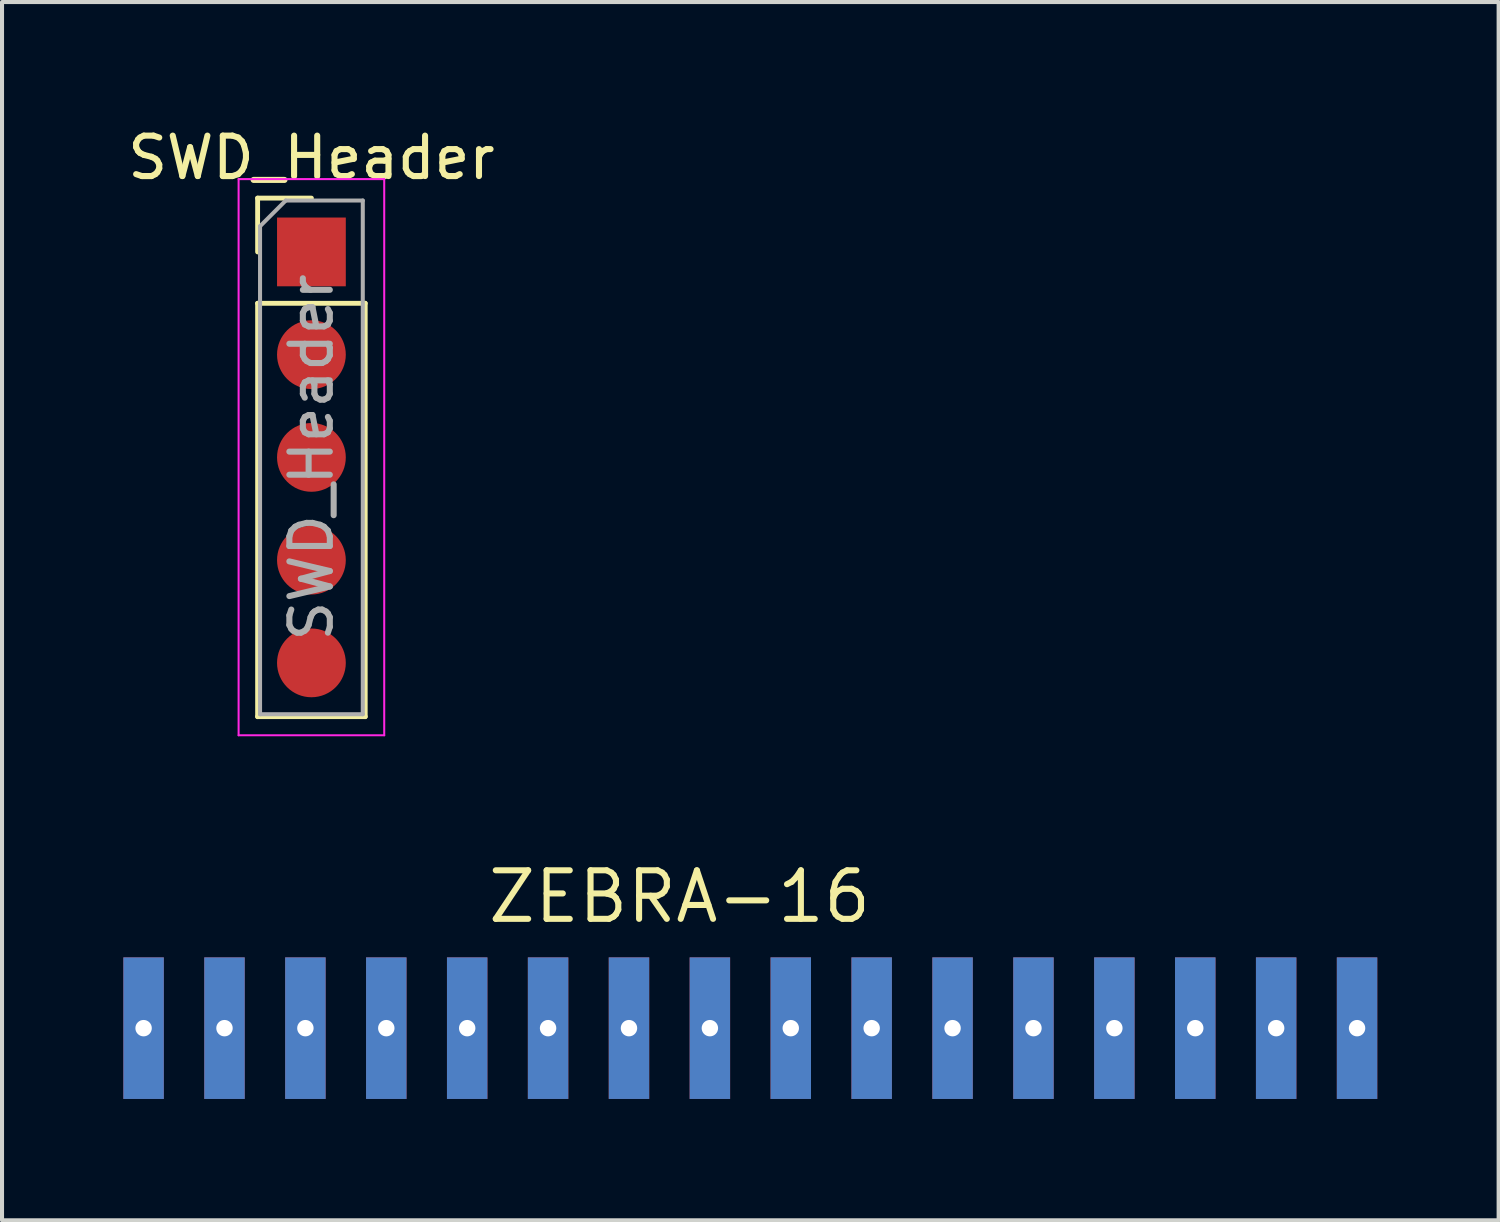
<source format=kicad_pcb>
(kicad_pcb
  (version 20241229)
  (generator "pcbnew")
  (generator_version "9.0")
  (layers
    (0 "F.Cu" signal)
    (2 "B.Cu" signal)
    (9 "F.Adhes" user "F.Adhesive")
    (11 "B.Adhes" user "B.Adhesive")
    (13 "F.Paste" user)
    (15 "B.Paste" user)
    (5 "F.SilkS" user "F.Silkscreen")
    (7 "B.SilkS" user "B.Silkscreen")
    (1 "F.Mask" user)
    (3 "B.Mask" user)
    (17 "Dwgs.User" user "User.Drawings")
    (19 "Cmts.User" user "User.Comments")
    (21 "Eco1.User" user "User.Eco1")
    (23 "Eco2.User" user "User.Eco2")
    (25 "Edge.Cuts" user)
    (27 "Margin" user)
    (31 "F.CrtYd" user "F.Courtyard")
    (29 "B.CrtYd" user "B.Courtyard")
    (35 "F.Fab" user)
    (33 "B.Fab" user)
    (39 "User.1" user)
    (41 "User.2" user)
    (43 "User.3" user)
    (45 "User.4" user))
  (footprint "ZEBRA-16"
    (layer "F.Cu")
    (at 11.5 22.369)
    (property "Reference" "ZEBRA-16" (at 2.25 -3.25 0) (layer "F.SilkS") (effects (font (size 1.2 1.2) (thickness 0.15))))
    (attr through_hole)
    (pad "1" thru_hole rect (at -11 0) (size 1 3.5) (drill 0.406) (layers "*.Cu" "*.Mask"))
    (pad "2" thru_hole rect (at -9 0) (size 1 3.5) (drill 0.406) (layers "*.Cu" "*.Mask"))
    (pad "3" thru_hole rect (at -7 0) (size 1 3.5) (drill 0.406) (layers "*.Cu" "*.Mask"))
    (pad "4" thru_hole rect (at -5 0) (size 1 3.5) (drill 0.406) (layers "*.Cu" "*.Mask"))
    (pad "5" thru_hole rect (at -3 0) (size 1 3.5) (drill 0.406) (layers "*.Cu" "*.Mask"))
    (pad "6" thru_hole rect (at -1 0) (size 1 3.5) (drill 0.406) (layers "*.Cu" "*.Mask"))
    (pad "7" thru_hole rect (at 1 0) (size 1 3.5) (drill 0.406) (layers "*.Cu" "*.Mask"))
    (pad "8" thru_hole rect (at 3 0) (size 1 3.5) (drill 0.406) (layers "*.Cu" "*.Mask"))
    (pad "9" thru_hole rect (at 5 0) (size 1 3.5) (drill 0.406) (layers "*.Cu" "*.Mask"))
    (pad "10" thru_hole rect (at 7 0) (size 1 3.5) (drill 0.406) (layers "*.Cu" "*.Mask"))
    (pad "11" thru_hole rect (at 9 0) (size 1 3.5) (drill 0.406) (layers "*.Cu" "*.Mask"))
    (pad "12" thru_hole rect (at 11 0) (size 1 3.5) (drill 0.406) (layers "*.Cu" "*.Mask"))
    (pad "13" thru_hole rect (at 13 0) (size 1 3.5) (drill 0.406) (layers "*.Cu" "*.Mask"))
    (pad "14" thru_hole rect (at 15 0) (size 1 3.5) (drill 0.406) (layers "*.Cu" "*.Mask"))
    (pad "15" thru_hole rect (at 17 0) (size 1 3.5) (drill 0.406) (layers "*.Cu" "*.Mask"))
    (pad "16" thru_hole rect (at 19 0) (size 1 3.5) (drill 0.406) (layers "*.Cu" "*.Mask")))
  (footprint "SWD_Header"
    (layer "F.Cu")
    (at 4.649 3.178)
    (property "Reference" "SWD_Header" (at 0 -2.33 0) (layer "F.SilkS") (effects (font (size 1 1) (thickness 0.15))))
    (attr through_hole)
    (fp_line (start -1.33 -1.33) (end 0 -1.33) (stroke (width 0.12) (type solid)) (layer "F.SilkS"))
    (fp_line (start -1.33 0) (end -1.33 -1.33) (stroke (width 0.12) (type solid)) (layer "F.SilkS"))
    (fp_line (start -1.33 1.27) (end -1.33 11.49) (stroke (width 0.12) (type solid)) (layer "F.SilkS"))
    (fp_line (start -1.33 1.27) (end 1.33 1.27) (stroke (width 0.12) (type solid)) (layer "F.SilkS"))
    (fp_line (start -1.33 11.49) (end 1.33 11.49) (stroke (width 0.12) (type solid)) (layer "F.SilkS"))
    (fp_line (start 1.33 1.27) (end 1.33 11.49) (stroke (width 0.12) (type solid)) (layer "F.SilkS"))
    (fp_line (start -1.8 -1.8) (end -1.8 11.95) (stroke (width 0.05) (type solid)) (layer "F.CrtYd"))
    (fp_line (start -1.8 11.95) (end 1.8 11.95) (stroke (width 0.05) (type solid)) (layer "F.CrtYd"))
    (fp_line (start 1.8 -1.8) (end -1.8 -1.8) (stroke (width 0.05) (type solid)) (layer "F.CrtYd"))
    (fp_line (start 1.8 11.95) (end 1.8 -1.8) (stroke (width 0.05) (type solid)) (layer "F.CrtYd"))
    (fp_line (start -1.27 -0.635) (end -0.635 -1.27) (stroke (width 0.1) (type solid)) (layer "F.Fab"))
    (fp_line (start -1.27 11.43) (end -1.27 -0.635) (stroke (width 0.1) (type solid)) (layer "F.Fab"))
    (fp_line (start -0.635 -1.27) (end 1.27 -1.27) (stroke (width 0.1) (type solid)) (layer "F.Fab"))
    (fp_line (start 1.27 -1.27) (end 1.27 11.43) (stroke (width 0.1) (type solid)) (layer "F.Fab"))
    (fp_line (start 1.27 11.43) (end -1.27 11.43) (stroke (width 0.1) (type solid)) (layer "F.Fab"))
    (fp_text user "${REFERENCE}" (at 0 5.08 90) (layer "F.Fab") (effects (font (size 1 1) (thickness 0.15))))
    (pad "1" smd rect (at 0 0) (size 1.7 1.7) (layers "F.Cu" "F.Mask" "F.Paste"))
    (pad "2" smd oval (at 0 2.54) (size 1.7 1.7) (layers "F.Cu" "F.Mask" "F.Paste"))
    (pad "3" smd oval (at 0 5.08) (size 1.7 1.7) (layers "F.Cu" "F.Mask" "F.Paste"))
    (pad "4" smd oval (at 0 7.62) (size 1.7 1.7) (layers "F.Cu" "F.Mask" "F.Paste"))
    (pad "5" smd oval (at 0 10.16) (size 1.7 1.7) (layers "F.Cu" "F.Mask" "F.Paste")))
  (gr_rect
    (start -3 -3)
    (end 34 27.119)
    (stroke (width 0.1) (type default))
    (fill no)
    (layer "Edge.Cuts")))
</source>
